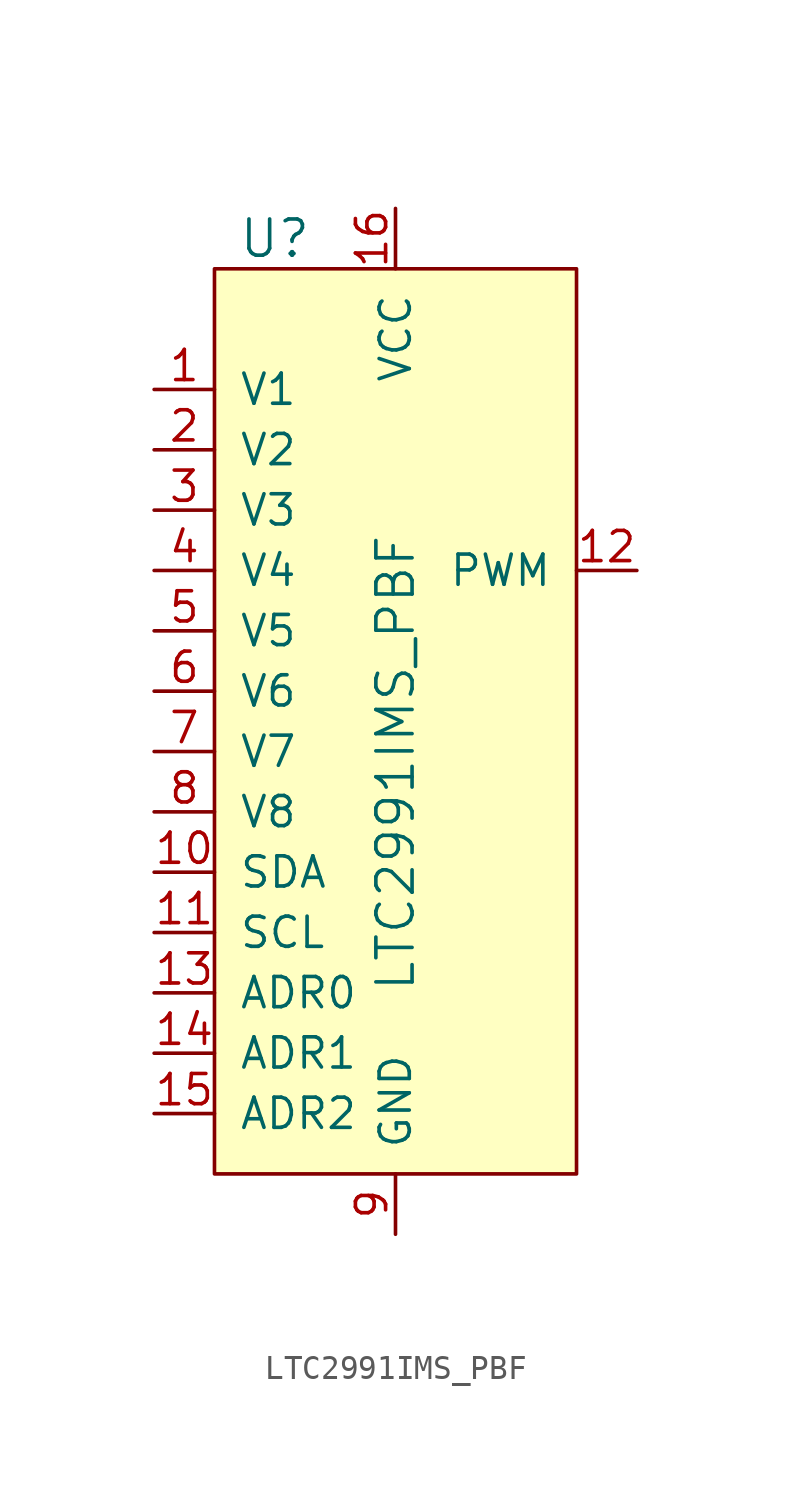
<source format=kicad_sym>
(kicad_symbol_lib
  (version 20231120)
  (generator "kicad_symbol_editor")
  (generator_version "8.0")
  (symbol "LTC2991IMS_PBF"
    (pin_names
      (offset 1.016))
    (property "Reference" "U"
      (at -5.08 11.43 0)
      (effects (font (size 1.524 1.524))))
    (property "Value" "LTC2991IMS_PBF"
      (at 0 -20.32 90)
      (effects (font (size 1.524 1.524)) (justify left)))
    (symbol "LTC2991IMS_PBF_0_1"
      (rectangle (start -7.62 10.16) (end 7.62 -27.94) (stroke (width 0) (type default)) (fill (type background))))
    (symbol "LTC2991IMS_PBF_1_1"
      (pin input line (at -10.16 5.08 0) (length 2.54) (name "V1" (effects (font (size 1.27 1.27)))) (number "1" (effects (font (size 1.27 1.27)))))
      (pin bidirectional line (at -10.16 -15.24 0) (length 2.54) (name "SDA" (effects (font (size 1.27 1.27)))) (number "10" (effects (font (size 1.27 1.27)))))
      (pin input line (at -10.16 -17.78 0) (length 2.54) (name "SCL" (effects (font (size 1.27 1.27)))) (number "11" (effects (font (size 1.27 1.27)))))
      (pin output line (at 10.16 -2.54 180) (length 2.54) (name "PWM" (effects (font (size 1.27 1.27)))) (number "12" (effects (font (size 1.27 1.27)))))
      (pin input line (at -10.16 -20.32 0) (length 2.54) (name "ADR0" (effects (font (size 1.27 1.27)))) (number "13" (effects (font (size 1.27 1.27)))))
      (pin input line (at -10.16 -22.86 0) (length 2.54) (name "ADR1" (effects (font (size 1.27 1.27)))) (number "14" (effects (font (size 1.27 1.27)))))
      (pin input line (at -10.16 -25.4 0) (length 2.54) (name "ADR2" (effects (font (size 1.27 1.27)))) (number "15" (effects (font (size 1.27 1.27)))))
      (pin power_in line (at 0 12.7 270) (length 2.54) (name "VCC" (effects (font (size 1.27 1.27)))) (number "16" (effects (font (size 1.27 1.27)))))
      (pin input line (at -10.16 2.54 0) (length 2.54) (name "V2" (effects (font (size 1.27 1.27)))) (number "2" (effects (font (size 1.27 1.27)))))
      (pin input line (at -10.16 0 0) (length 2.54) (name "V3" (effects (font (size 1.27 1.27)))) (number "3" (effects (font (size 1.27 1.27)))))
      (pin input line (at -10.16 -2.54 0) (length 2.54) (name "V4" (effects (font (size 1.27 1.27)))) (number "4" (effects (font (size 1.27 1.27)))))
      (pin input line (at -10.16 -5.08 0) (length 2.54) (name "V5" (effects (font (size 1.27 1.27)))) (number "5" (effects (font (size 1.27 1.27)))))
      (pin input line (at -10.16 -7.62 0) (length 2.54) (name "V6" (effects (font (size 1.27 1.27)))) (number "6" (effects (font (size 1.27 1.27)))))
      (pin input line (at -10.16 -10.16 0) (length 2.54) (name "V7" (effects (font (size 1.27 1.27)))) (number "7" (effects (font (size 1.27 1.27)))))
      (pin input line (at -10.16 -12.7 0) (length 2.54) (name "V8" (effects (font (size 1.27 1.27)))) (number "8" (effects (font (size 1.27 1.27)))))
      (pin power_in line (at 0 -30.48 90) (length 2.54) (name "GND" (effects (font (size 1.27 1.27)))) (number "9" (effects (font (size 1.27 1.27))))))))
</source>
